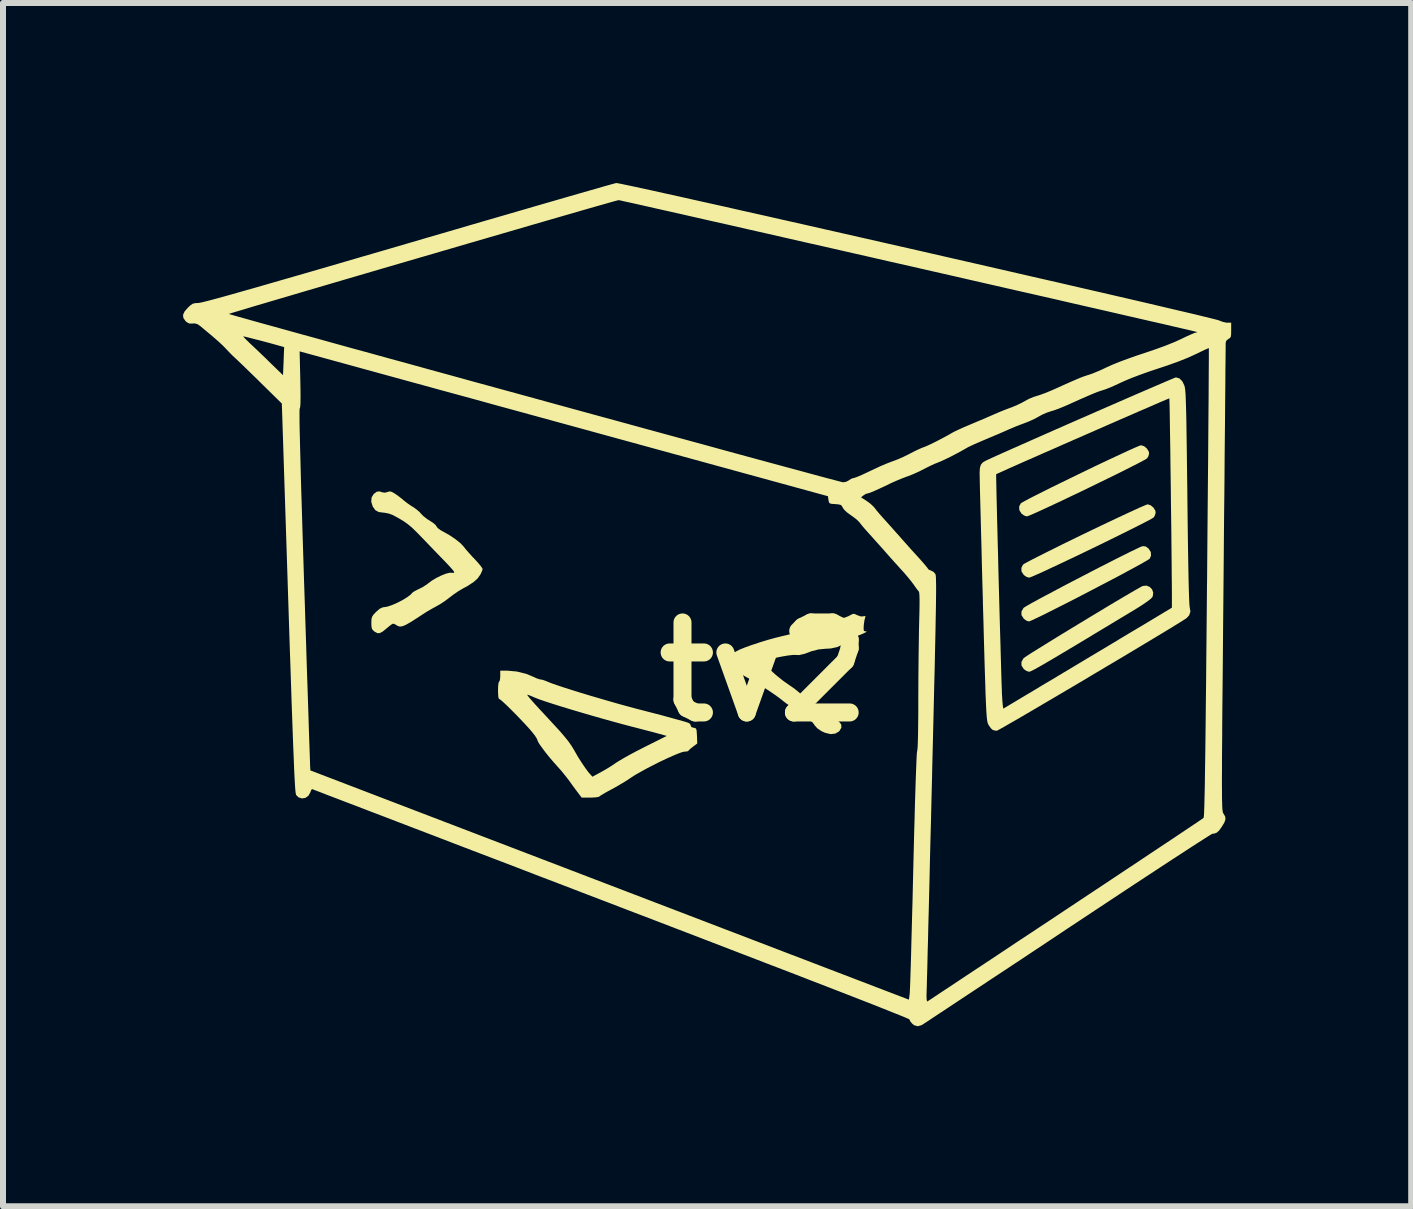
<source format=kicad_pcb>
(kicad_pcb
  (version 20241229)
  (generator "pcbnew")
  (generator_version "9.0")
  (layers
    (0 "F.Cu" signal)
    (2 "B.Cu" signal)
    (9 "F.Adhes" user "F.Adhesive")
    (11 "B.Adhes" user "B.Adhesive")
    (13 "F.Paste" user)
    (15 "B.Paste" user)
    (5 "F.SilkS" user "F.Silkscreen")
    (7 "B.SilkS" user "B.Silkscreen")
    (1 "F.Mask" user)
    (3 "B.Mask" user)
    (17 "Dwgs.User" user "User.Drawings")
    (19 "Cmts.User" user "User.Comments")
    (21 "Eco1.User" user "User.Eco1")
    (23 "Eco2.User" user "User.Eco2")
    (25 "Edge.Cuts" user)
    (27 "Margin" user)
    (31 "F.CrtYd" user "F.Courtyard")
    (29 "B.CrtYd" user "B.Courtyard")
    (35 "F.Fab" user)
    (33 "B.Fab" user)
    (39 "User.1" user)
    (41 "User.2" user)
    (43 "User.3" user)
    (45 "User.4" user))
  (footprint "tv2"
    (layer "F.Cu")
    (at 9.68 8.144)
    (property "Reference" "tv2" (at 0 0 0) (layer "F.SilkS") (effects (font (size 1.5 1.5) (thickness 0.3))))
    (attr board_only exclude_from_pos_files exclude_from_bom)
    (fp_poly (pts (xy 6.335 -3.759) (xy 6.381 -3.72) (xy 6.412 -3.671) (xy 6.418 -3.641) (xy 6.407 -3.592) (xy 6.386 -3.558) (xy 6.364 -3.542) (xy 6.312 -3.514) (xy 6.235 -3.473) (xy 6.135 -3.422) (xy 6.016 -3.362) (xy 5.882 -3.295) (xy 5.737 -3.224) (xy 5.583 -3.149) (xy 5.425 -3.072) (xy 5.266 -2.995) (xy 5.11 -2.921) (xy 4.96 -2.849) (xy 4.819 -2.783) (xy 4.692 -2.724) (xy 4.582 -2.673) (xy 4.492 -2.633) (xy 4.426 -2.605) (xy 4.388 -2.591) (xy 4.381 -2.589) (xy 4.339 -2.602) (xy 4.295 -2.632) (xy 4.293 -2.634) (xy 4.256 -2.692) (xy 4.253 -2.754) (xy 4.28 -2.806) (xy 4.303 -2.821) (xy 4.355 -2.85) (xy 4.432 -2.891) (xy 4.532 -2.942) (xy 4.651 -3.002) (xy 4.785 -3.069) (xy 4.93 -3.14) (xy 5.084 -3.215) (xy 5.242 -3.292) (xy 5.401 -3.369) (xy 5.557 -3.444) (xy 5.707 -3.515) (xy 5.848 -3.581) (xy 5.975 -3.64) (xy 6.085 -3.691) (xy 6.175 -3.731) (xy 6.24 -3.759) (xy 6.278 -3.773) (xy 6.285 -3.774)) (stroke (width 0) (type solid)) (fill yes) (layer "F.SilkS"))
    (fp_poly (pts (xy 6.362 -2.088) (xy 6.408 -2.054) (xy 6.447 -1.995) (xy 6.45 -1.933) (xy 6.428 -1.884) (xy 6.407 -1.869) (xy 6.357 -1.839) (xy 6.281 -1.796) (xy 6.183 -1.742) (xy 6.066 -1.679) (xy 5.935 -1.608) (xy 5.791 -1.532) (xy 5.639 -1.453) (xy 5.483 -1.371) (xy 5.325 -1.289) (xy 5.169 -1.208) (xy 5.018 -1.131) (xy 4.877 -1.06) (xy 4.748 -0.995) (xy 4.636 -0.939) (xy 4.542 -0.894) (xy 4.472 -0.861) (xy 4.428 -0.842) (xy 4.415 -0.839) (xy 4.375 -0.851) (xy 4.332 -0.881) (xy 4.33 -0.884) (xy 4.292 -0.942) (xy 4.291 -1.003) (xy 4.325 -1.062) (xy 4.326 -1.064) (xy 4.35 -1.08) (xy 4.402 -1.111) (xy 4.48 -1.155) (xy 4.581 -1.21) (xy 4.699 -1.273) (xy 4.833 -1.344) (xy 4.977 -1.421) (xy 5.13 -1.501) (xy 5.287 -1.582) (xy 5.444 -1.664) (xy 5.599 -1.744) (xy 5.747 -1.819) (xy 5.886 -1.89) (xy 6.011 -1.952) (xy 6.119 -2.006) (xy 6.207 -2.048) (xy 6.27 -2.078) (xy 6.307 -2.092) (xy 6.311 -2.093)) (stroke (width 0) (type solid)) (fill yes) (layer "F.SilkS"))
    (fp_poly (pts (xy 6.444 -2.774) (xy 6.49 -2.736) (xy 6.521 -2.687) (xy 6.528 -2.656) (xy 6.516 -2.608) (xy 6.496 -2.573) (xy 6.474 -2.558) (xy 6.422 -2.529) (xy 6.344 -2.488) (xy 6.244 -2.437) (xy 6.125 -2.377) (xy 5.99 -2.31) (xy 5.843 -2.237) (xy 5.688 -2.161) (xy 5.528 -2.083) (xy 5.366 -2.005) (xy 5.206 -1.928) (xy 5.052 -1.855) (xy 4.906 -1.786) (xy 4.773 -1.724) (xy 4.656 -1.669) (xy 4.558 -1.625) (xy 4.483 -1.592) (xy 4.435 -1.573) (xy 4.418 -1.568) (xy 4.375 -1.581) (xy 4.332 -1.611) (xy 4.33 -1.613) (xy 4.292 -1.671) (xy 4.29 -1.732) (xy 4.317 -1.785) (xy 4.339 -1.8) (xy 4.391 -1.829) (xy 4.469 -1.87) (xy 4.569 -1.921) (xy 4.688 -1.981) (xy 4.823 -2.048) (xy 4.969 -2.121) (xy 5.125 -2.197) (xy 5.285 -2.275) (xy 5.447 -2.353) (xy 5.607 -2.43) (xy 5.761 -2.503) (xy 5.907 -2.572) (xy 6.04 -2.634) (xy 6.157 -2.688) (xy 6.255 -2.733) (xy 6.329 -2.765) (xy 6.378 -2.785) (xy 6.395 -2.79)) (stroke (width 0) (type solid)) (fill yes) (layer "F.SilkS"))
    (fp_poly (pts (xy 6.428 -1.414) (xy 6.468 -1.373) (xy 6.487 -1.318) (xy 6.479 -1.258) (xy 6.472 -1.244) (xy 6.446 -1.216) (xy 6.391 -1.173) (xy 6.314 -1.12) (xy 6.218 -1.059) (xy 6.2 -1.048) (xy 5.923 -0.881) (xy 5.676 -0.732) (xy 5.457 -0.6) (xy 5.265 -0.484) (xy 5.097 -0.384) (xy 4.952 -0.297) (xy 4.829 -0.224) (xy 4.725 -0.163) (xy 4.639 -0.113) (xy 4.57 -0.074) (xy 4.517 -0.044) (xy 4.476 -0.023) (xy 4.447 -0.009) (xy 4.428 -0.002) (xy 4.419 -0.000001) (xy 4.376 -0.013) (xy 4.332 -0.043) (xy 4.33 -0.045) (xy 4.292 -0.103) (xy 4.291 -0.164) (xy 4.325 -0.224) (xy 4.326 -0.225) (xy 4.348 -0.241) (xy 4.398 -0.275) (xy 4.473 -0.323) (xy 4.569 -0.383) (xy 4.684 -0.454) (xy 4.813 -0.534) (xy 4.953 -0.62) (xy 5.101 -0.71) (xy 5.254 -0.803) (xy 5.409 -0.897) (xy 5.562 -0.989) (xy 5.709 -1.078) (xy 5.848 -1.161) (xy 5.975 -1.236) (xy 6.087 -1.302) (xy 6.18 -1.356) (xy 6.251 -1.397) (xy 6.297 -1.422) (xy 6.312 -1.429) (xy 6.373 -1.436)) (stroke (width 0) (type solid)) (fill yes) (layer "F.SilkS"))
    (fp_poly (pts (xy 1.529 -0.956) (xy 1.551 -0.944) (xy 1.617 -0.921) (xy 1.655 -0.924) (xy 1.687 -0.929) (xy 1.692 -0.917) (xy 1.686 -0.901) (xy 1.676 -0.863) (xy 1.667 -0.805) (xy 1.663 -0.77) (xy 1.661 -0.714) (xy 1.665 -0.685) (xy 1.68 -0.675) (xy 1.69 -0.674) (xy 1.712 -0.672) (xy 1.704 -0.663) (xy 1.688 -0.653) (xy 1.637 -0.629) (xy 1.572 -0.603) (xy 1.505 -0.581) (xy 1.45 -0.568) (xy 1.429 -0.565) (xy 1.388 -0.547) (xy 1.352 -0.503) (xy 1.301 -0.449) (xy 1.22 -0.411) (xy 1.114 -0.388) (xy 1.022 -0.383) (xy 0.909 -0.372) (xy 0.786 -0.34) (xy 0.684 -0.301) (xy 0.588 -0.278) (xy 0.538 -0.28) (xy 0.48 -0.28) (xy 0.394 -0.27) (xy 0.286 -0.251) (xy 0.255 -0.245) (xy 0.168 -0.226) (xy 0.089 -0.209) (xy 0.028 -0.196) (xy -0.003 -0.189) (xy -0.023 -0.183) (xy -0.031 -0.174) (xy -0.022 -0.156) (xy 0.007 -0.124) (xy 0.059 -0.075) (xy 0.079 -0.055) (xy 0.202 0.056) (xy 0.319 0.15) (xy 0.443 0.237) (xy 0.455 0.244) (xy 0.516 0.288) (xy 0.583 0.342) (xy 0.619 0.374) (xy 0.671 0.417) (xy 0.742 0.472) (xy 0.821 0.529) (xy 0.867 0.56) (xy 0.937 0.608) (xy 0.997 0.652) (xy 1.04 0.686) (xy 1.057 0.701) (xy 1.088 0.727) (xy 1.138 0.759) (xy 1.17 0.776) (xy 1.246 0.826) (xy 1.287 0.877) (xy 1.291 0.93) (xy 1.259 0.985) (xy 1.25 0.995) (xy 1.188 1.031) (xy 1.11 1.039) (xy 1.019 1.017) (xy 0.957 0.989) (xy 0.889 0.942) (xy 0.844 0.892) (xy 0.839 0.882) (xy 0.81 0.844) (xy 0.752 0.794) (xy 0.665 0.73) (xy 0.599 0.685) (xy 0.514 0.628) (xy 0.433 0.571) (xy 0.365 0.522) (xy 0.318 0.486) (xy 0.313 0.481) (xy 0.246 0.429) (xy 0.156 0.365) (xy 0.051 0.295) (xy -0.06 0.224) (xy -0.169 0.159) (xy -0.267 0.103) (xy -0.292 0.09) (xy -0.386 0.036) (xy -0.47 -0.023) (xy -0.537 -0.081) (xy -0.583 -0.133) (xy -0.602 -0.176) (xy -0.602 -0.18) (xy -0.585 -0.231) (xy -0.538 -0.286) (xy -0.466 -0.338) (xy -0.408 -0.368) (xy -0.319 -0.404) (xy -0.205 -0.445) (xy -0.075 -0.488) (xy 0.06 -0.53) (xy 0.192 -0.566) (xy 0.309 -0.595) (xy 0.332 -0.6) (xy 0.419 -0.621) (xy 0.501 -0.643) (xy 0.566 -0.664) (xy 0.587 -0.673) (xy 0.641 -0.694) (xy 0.718 -0.722) (xy 0.81 -0.753) (xy 0.911 -0.785) (xy 1.013 -0.817) (xy 1.11 -0.846) (xy 1.195 -0.869) (xy 1.26 -0.886) (xy 1.299 -0.893) (xy 1.302 -0.893) (xy 1.349 -0.903) (xy 1.405 -0.925) (xy 1.423 -0.934) (xy 1.469 -0.959) (xy 1.499 -0.966)) (stroke (width 0) (type solid)) (fill yes) (layer "F.SilkS"))
    (fp_poly (pts (xy -6.365 -2.991) (xy -6.314 -2.984) (xy -6.276 -2.995) (xy -6.239 -3.005) (xy -6.207 -3) (xy -6.165 -2.978) (xy -6.142 -2.963) (xy -6.079 -2.918) (xy -6.017 -2.869) (xy -5.999 -2.853) (xy -5.943 -2.809) (xy -5.876 -2.763) (xy -5.849 -2.747) (xy -5.789 -2.705) (xy -5.734 -2.657) (xy -5.716 -2.635) (xy -5.673 -2.592) (xy -5.613 -2.545) (xy -5.567 -2.516) (xy -5.513 -2.481) (xy -5.472 -2.446) (xy -5.457 -2.423) (xy -5.436 -2.395) (xy -5.391 -2.361) (xy -5.354 -2.34) (xy -5.243 -2.278) (xy -5.143 -2.211) (xy -5.06 -2.145) (xy -5.003 -2.085) (xy -5.002 -2.083) (xy -4.968 -2.04) (xy -4.916 -1.981) (xy -4.856 -1.914) (xy -4.819 -1.876) (xy -4.764 -1.816) (xy -4.721 -1.764) (xy -4.694 -1.726) (xy -4.688 -1.712) (xy -4.697 -1.681) (xy -4.718 -1.634) (xy -4.729 -1.614) (xy -4.772 -1.554) (xy -4.837 -1.496) (xy -4.929 -1.435) (xy -5.022 -1.384) (xy -5.093 -1.342) (xy -5.173 -1.287) (xy -5.238 -1.238) (xy -5.31 -1.183) (xy -5.392 -1.129) (xy -5.458 -1.091) (xy -5.535 -1.049) (xy -5.621 -0.999) (xy -5.683 -0.959) (xy -5.798 -0.884) (xy -5.888 -0.827) (xy -5.956 -0.788) (xy -6.008 -0.764) (xy -6.047 -0.754) (xy -6.078 -0.755) (xy -6.105 -0.765) (xy -6.115 -0.772) (xy -6.154 -0.794) (xy -6.18 -0.802) (xy -6.202 -0.791) (xy -6.242 -0.761) (xy -6.291 -0.72) (xy -6.354 -0.669) (xy -6.402 -0.644) (xy -6.444 -0.644) (xy -6.486 -0.667) (xy -6.496 -0.675) (xy -6.524 -0.701) (xy -6.537 -0.733) (xy -6.542 -0.784) (xy -6.542 -0.815) (xy -6.54 -0.876) (xy -6.529 -0.917) (xy -6.504 -0.955) (xy -6.463 -0.998) (xy -6.403 -1.05) (xy -6.354 -1.073) (xy -6.333 -1.076) (xy -6.275 -1.085) (xy -6.199 -1.111) (xy -6.113 -1.148) (xy -6.027 -1.192) (xy -5.95 -1.239) (xy -5.89 -1.283) (xy -5.861 -1.315) (xy -5.838 -1.333) (xy -5.793 -1.358) (xy -5.752 -1.378) (xy -5.685 -1.412) (xy -5.622 -1.452) (xy -5.595 -1.473) (xy -5.532 -1.52) (xy -5.456 -1.565) (xy -5.376 -1.604) (xy -5.301 -1.634) (xy -5.241 -1.649) (xy -5.212 -1.65) (xy -5.172 -1.647) (xy -5.16 -1.659) (xy -5.172 -1.679) (xy -5.205 -1.719) (xy -5.255 -1.774) (xy -5.315 -1.838) (xy -5.324 -1.847) (xy -5.397 -1.922) (xy -5.485 -2.013) (xy -5.58 -2.112) (xy -5.671 -2.207) (xy -5.702 -2.239) (xy -5.792 -2.331) (xy -5.866 -2.403) (xy -5.934 -2.459) (xy -6.002 -2.508) (xy -6.081 -2.555) (xy -6.178 -2.608) (xy -6.188 -2.613) (xy -6.254 -2.637) (xy -6.329 -2.651) (xy -6.345 -2.652) (xy -6.421 -2.662) (xy -6.475 -2.692) (xy -6.517 -2.75) (xy -6.52 -2.756) (xy -6.544 -2.834) (xy -6.537 -2.907) (xy -6.501 -2.964) (xy -6.45 -3.001) (xy -6.401 -3.005)) (stroke (width 0) (type solid)) (fill yes) (layer "F.SilkS"))
    (fp_poly (pts (xy -4.118 -0.004) (xy -3.961 0.035) (xy -3.845 0.083) (xy -3.789 0.109) (xy -3.741 0.125) (xy -3.723 0.128) (xy -3.687 0.135) (xy -3.633 0.154) (xy -3.59 0.172) (xy -3.534 0.194) (xy -3.448 0.224) (xy -3.337 0.261) (xy -3.205 0.303) (xy -3.058 0.349) (xy -2.899 0.397) (xy -2.735 0.445) (xy -2.57 0.493) (xy -2.409 0.539) (xy -2.256 0.581) (xy -2.118 0.618) (xy -2.036 0.639) (xy -1.925 0.668) (xy -1.801 0.7) (xy -1.682 0.731) (xy -1.614 0.75) (xy -1.522 0.775) (xy -1.432 0.8) (xy -1.356 0.821) (xy -1.317 0.832) (xy -1.258 0.851) (xy -1.229 0.871) (xy -1.222 0.893) (xy -1.208 0.922) (xy -1.172 0.933) (xy -1.145 0.938) (xy -1.13 0.951) (xy -1.122 0.979) (xy -1.118 1.032) (xy -1.116 1.067) (xy -1.111 1.195) (xy -1.184 1.25) (xy -1.226 1.283) (xy -1.253 1.309) (xy -1.258 1.317) (xy -1.274 1.326) (xy -1.314 1.331) (xy -1.327 1.331) (xy -1.366 1.34) (xy -1.431 1.364) (xy -1.517 1.4) (xy -1.618 1.445) (xy -1.728 1.497) (xy -1.841 1.554) (xy -1.952 1.611) (xy -2.055 1.668) (xy -2.145 1.719) (xy -2.215 1.764) (xy -2.225 1.771) (xy -2.291 1.815) (xy -2.377 1.867) (xy -2.471 1.922) (xy -2.539 1.959) (xy -2.615 2) (xy -2.68 2.037) (xy -2.725 2.065) (xy -2.745 2.08) (xy -2.745 2.08) (xy -2.767 2.088) (xy -2.816 2.094) (xy -2.882 2.097) (xy -2.897 2.097) (xy -3.038 2.097) (xy -3.101 2.013) (xy -3.144 1.956) (xy -3.197 1.883) (xy -3.248 1.812) (xy -3.249 1.811) (xy -3.307 1.736) (xy -3.375 1.652) (xy -3.44 1.579) (xy -3.441 1.578) (xy -3.508 1.503) (xy -3.577 1.422) (xy -3.641 1.342) (xy -3.697 1.267) (xy -3.741 1.205) (xy -3.768 1.159) (xy -3.774 1.14) (xy -3.786 1.112) (xy -3.815 1.066) (xy -3.858 1.011) (xy -3.869 0.997) (xy -3.924 0.934) (xy -3.991 0.861) (xy -4.065 0.783) (xy -4.141 0.704) (xy -4.216 0.629) (xy -4.284 0.562) (xy -4.342 0.508) (xy -4.384 0.471) (xy -4.407 0.456) (xy -4.408 0.456) (xy -4.42 0.444) (xy -4.428 0.405) (xy -4.428 0.388) (xy -3.943 0.388) (xy -3.933 0.403) (xy -3.91 0.432) (xy -3.872 0.476) (xy -3.817 0.538) (xy -3.743 0.619) (xy -3.648 0.721) (xy -3.531 0.848) (xy -3.491 0.891) (xy -3.393 0.998) (xy -3.317 1.087) (xy -3.256 1.163) (xy -3.206 1.235) (xy -3.162 1.307) (xy -3.154 1.322) (xy -3.097 1.421) (xy -3.035 1.518) (xy -2.976 1.605) (xy -2.925 1.674) (xy -2.903 1.699) (xy -2.858 1.749) (xy -2.719 1.674) (xy -2.634 1.626) (xy -2.543 1.57) (xy -2.465 1.517) (xy -2.462 1.515) (xy -2.409 1.482) (xy -2.331 1.436) (xy -2.234 1.382) (xy -2.124 1.323) (xy -2.01 1.265) (xy -1.981 1.25) (xy -1.619 1.069) (xy -1.772 1.027) (xy -1.845 1.007) (xy -1.942 0.982) (xy -2.054 0.953) (xy -2.167 0.923) (xy -2.208 0.913) (xy -2.359 0.873) (xy -2.523 0.828) (xy -2.696 0.78) (xy -2.871 0.73) (xy -3.045 0.679) (xy -3.214 0.629) (xy -3.372 0.581) (xy -3.515 0.536) (xy -3.638 0.496) (xy -3.738 0.462) (xy -3.808 0.435) (xy -3.827 0.427) (xy -3.882 0.403) (xy -3.925 0.387) (xy -3.942 0.383) (xy -3.943 0.388) (xy -4.428 0.388) (xy -4.431 0.336) (xy -4.431 0.31) (xy -4.429 0.238) (xy -4.423 0.187) (xy -4.414 0.165) (xy -4.413 0.164) (xy -4.402 0.148) (xy -4.396 0.106) (xy -4.394 0.073) (xy -4.394 -0.018) (xy -4.274 -0.018)) (stroke (width 0) (type solid)) (fill yes) (layer "F.SilkS"))
    (fp_poly (pts (xy 6.925 -4.888) (xy 6.974 -4.837) (xy 7.008 -4.764) (xy 7.012 -4.745) (xy 7.017 -4.719) (xy 7.021 -4.683) (xy 7.025 -4.635) (xy 7.028 -4.573) (xy 7.031 -4.495) (xy 7.034 -4.399) (xy 7.037 -4.282) (xy 7.04 -4.142) (xy 7.042 -3.978) (xy 7.045 -3.786) (xy 7.048 -3.566) (xy 7.051 -3.314) (xy 7.055 -3.029) (xy 7.056 -2.894) (xy 7.06 -2.553) (xy 7.064 -2.247) (xy 7.068 -1.978) (xy 7.072 -1.744) (xy 7.076 -1.545) (xy 7.08 -1.381) (xy 7.084 -1.252) (xy 7.088 -1.157) (xy 7.092 -1.096) (xy 7.096 -1.068) (xy 7.096 -1.067) (xy 7.107 -1.002) (xy 7.085 -0.939) (xy 7.043 -0.894) (xy 7.013 -0.874) (xy 6.955 -0.837) (xy 6.872 -0.786) (xy 6.767 -0.721) (xy 6.641 -0.645) (xy 6.498 -0.559) (xy 6.34 -0.464) (xy 6.17 -0.362) (xy 5.99 -0.254) (xy 5.803 -0.143) (xy 5.611 -0.029) (xy 5.418 0.086) (xy 5.225 0.201) (xy 5.035 0.313) (xy 4.85 0.422) (xy 4.675 0.525) (xy 4.51 0.622) (xy 4.358 0.711) (xy 4.223 0.79) (xy 4.106 0.857) (xy 4.011 0.912) (xy 3.939 0.952) (xy 3.893 0.977) (xy 3.877 0.984) (xy 3.829 0.975) (xy 3.806 0.965) (xy 3.778 0.937) (xy 3.747 0.892) (xy 3.738 0.876) (xy 3.732 0.863) (xy 3.727 0.848) (xy 3.723 0.828) (xy 3.718 0.8) (xy 3.714 0.764) (xy 3.71 0.716) (xy 3.706 0.656) (xy 3.702 0.58) (xy 3.698 0.486) (xy 3.693 0.374) (xy 3.689 0.239) (xy 3.684 0.081) (xy 3.678 -0.102) (xy 3.672 -0.314) (xy 3.665 -0.555) (xy 3.658 -0.827) (xy 3.649 -1.134) (xy 3.648 -1.207) (xy 3.64 -1.477) (xy 3.633 -1.738) (xy 3.627 -1.987) (xy 3.621 -2.223) (xy 3.615 -2.443) (xy 3.61 -2.644) (xy 3.605 -2.823) (xy 3.601 -2.979) (xy 3.598 -3.109) (xy 3.596 -3.21) (xy 3.595 -3.273) (xy 3.87 -3.273) (xy 3.87 -3.221) (xy 3.872 -3.139) (xy 3.874 -3.029) (xy 3.877 -2.894) (xy 3.881 -2.738) (xy 3.885 -2.563) (xy 3.89 -2.373) (xy 3.895 -2.169) (xy 3.901 -1.956) (xy 3.906 -1.736) (xy 3.912 -1.511) (xy 3.918 -1.286) (xy 3.924 -1.063) (xy 3.93 -0.845) (xy 3.936 -0.635) (xy 3.942 -0.436) (xy 3.947 -0.25) (xy 3.952 -0.081) (xy 3.956 0.068) (xy 3.96 0.194) (xy 3.964 0.295) (xy 3.966 0.367) (xy 3.968 0.397) (xy 3.973 0.481) (xy 3.979 0.55) (xy 3.985 0.596) (xy 3.99 0.614) (xy 3.991 0.614) (xy 4.008 0.603) (xy 4.054 0.576) (xy 4.127 0.532) (xy 4.224 0.474) (xy 4.344 0.402) (xy 4.484 0.319) (xy 4.641 0.224) (xy 4.815 0.121) (xy 5.001 0.009) (xy 5.199 -0.109) (xy 5.397 -0.228) (xy 5.603 -0.351) (xy 5.8 -0.469) (xy 5.986 -0.581) (xy 6.158 -0.684) (xy 6.315 -0.777) (xy 6.453 -0.86) (xy 6.571 -0.931) (xy 6.667 -0.989) (xy 6.738 -1.031) (xy 6.782 -1.058) (xy 6.797 -1.067) (xy 6.798 -1.086) (xy 6.798 -1.137) (xy 6.798 -1.22) (xy 6.798 -1.329) (xy 6.797 -1.463) (xy 6.795 -1.618) (xy 6.794 -1.791) (xy 6.792 -1.98) (xy 6.79 -2.18) (xy 6.788 -2.389) (xy 6.785 -2.605) (xy 6.782 -2.823) (xy 6.78 -3.041) (xy 6.777 -3.256) (xy 6.774 -3.464) (xy 6.772 -3.663) (xy 6.769 -3.85) (xy 6.766 -4.022) (xy 6.764 -4.175) (xy 6.762 -4.306) (xy 6.76 -4.413) (xy 6.758 -4.492) (xy 6.756 -4.541) (xy 6.755 -4.556) (xy 6.738 -4.549) (xy 6.691 -4.53) (xy 6.616 -4.498) (xy 6.517 -4.455) (xy 6.396 -4.402) (xy 6.256 -4.342) (xy 6.101 -4.274) (xy 5.932 -4.201) (xy 5.754 -4.123) (xy 5.569 -4.042) (xy 5.38 -3.959) (xy 5.19 -3.876) (xy 5.002 -3.794) (xy 4.819 -3.713) (xy 4.643 -3.636) (xy 4.478 -3.563) (xy 4.327 -3.497) (xy 4.192 -3.437) (xy 4.077 -3.386) (xy 3.985 -3.344) (xy 3.918 -3.314) (xy 3.879 -3.296) (xy 3.87 -3.292) (xy 3.87 -3.273) (xy 3.595 -3.273) (xy 3.595 -3.28) (xy 3.594 -3.316) (xy 3.594 -3.319) (xy 3.599 -3.397) (xy 3.615 -3.45) (xy 3.646 -3.487) (xy 3.688 -3.513) (xy 3.726 -3.531) (xy 3.793 -3.562) (xy 3.885 -3.604) (xy 4.001 -3.656) (xy 4.138 -3.717) (xy 4.292 -3.785) (xy 4.461 -3.86) (xy 4.642 -3.94) (xy 4.832 -4.024) (xy 5.028 -4.11) (xy 5.228 -4.198) (xy 5.428 -4.285) (xy 5.626 -4.372) (xy 5.819 -4.456) (xy 6.005 -4.537) (xy 6.179 -4.613) (xy 6.341 -4.683) (xy 6.485 -4.745) (xy 6.611 -4.799) (xy 6.715 -4.844) (xy 6.794 -4.877) (xy 6.845 -4.898) (xy 6.866 -4.905) (xy 6.866 -4.905)) (stroke (width 0) (type solid)) (fill yes) (layer "F.SilkS"))
    (fp_poly (pts (xy -2.438 -8.141) (xy -2.38 -8.13) (xy -2.291 -8.111) (xy -2.171 -8.086) (xy -2.023 -8.054) (xy -1.848 -8.016) (xy -1.647 -7.971) (xy -1.424 -7.922) (xy -1.179 -7.867) (xy -0.914 -7.808) (xy -0.631 -7.745) (xy -0.332 -7.677) (xy -0.018 -7.607) (xy 0.308 -7.533) (xy 0.646 -7.457) (xy 0.993 -7.378) (xy 1.347 -7.298) (xy 1.708 -7.216) (xy 2.072 -7.133) (xy 2.439 -7.05) (xy 2.806 -6.966) (xy 3.172 -6.882) (xy 3.536 -6.799) (xy 3.894 -6.717) (xy 4.246 -6.636) (xy 4.59 -6.557) (xy 4.924 -6.481) (xy 5.247 -6.406) (xy 5.556 -6.335) (xy 5.85 -6.267) (xy 6.127 -6.203) (xy 6.385 -6.143) (xy 6.623 -6.087) (xy 6.839 -6.036) (xy 7.031 -5.991) (xy 7.197 -5.952) (xy 7.336 -5.918) (xy 7.446 -5.891) (xy 7.525 -5.871) (xy 7.571 -5.859) (xy 7.582 -5.855) (xy 7.644 -5.831) (xy 7.707 -5.817) (xy 7.721 -5.817) (xy 7.786 -5.817) (xy 7.786 -5.692) (xy 7.785 -5.625) (xy 7.78 -5.585) (xy 7.767 -5.563) (xy 7.745 -5.548) (xy 7.74 -5.546) (xy 7.703 -5.515) (xy 7.694 -5.475) (xy 7.694 -5.452) (xy 7.694 -5.395) (xy 7.693 -5.304) (xy 7.692 -5.182) (xy 7.69 -5.03) (xy 7.689 -4.851) (xy 7.687 -4.645) (xy 7.685 -4.414) (xy 7.683 -4.161) (xy 7.68 -3.887) (xy 7.677 -3.593) (xy 7.675 -3.281) (xy 7.672 -2.954) (xy 7.668 -2.612) (xy 7.665 -2.257) (xy 7.662 -1.892) (xy 7.659 -1.552) (xy 7.655 -1.11) (xy 7.651 -0.702) (xy 7.648 -0.329) (xy 7.645 0.013) (xy 7.642 0.324) (xy 7.639 0.606) (xy 7.637 0.86) (xy 7.636 1.088) (xy 7.634 1.291) (xy 7.633 1.471) (xy 7.633 1.629) (xy 7.632 1.767) (xy 7.632 1.886) (xy 7.633 1.987) (xy 7.633 2.072) (xy 7.634 2.143) (xy 7.636 2.201) (xy 7.637 2.247) (xy 7.639 2.282) (xy 7.642 2.31) (xy 7.645 2.329) (xy 7.648 2.344) (xy 7.651 2.353) (xy 7.655 2.36) (xy 7.659 2.366) (xy 7.659 2.366) (xy 7.686 2.412) (xy 7.691 2.457) (xy 7.673 2.511) (xy 7.631 2.581) (xy 7.586 2.644) (xy 7.547 2.68) (xy 7.507 2.696) (xy 7.475 2.699) (xy 7.456 2.709) (xy 7.408 2.738) (xy 7.334 2.785) (xy 7.234 2.849) (xy 7.11 2.929) (xy 6.964 3.024) (xy 6.798 3.132) (xy 6.613 3.253) (xy 6.411 3.386) (xy 6.193 3.529) (xy 5.961 3.682) (xy 5.718 3.843) (xy 5.464 4.011) (xy 5.2 4.186) (xy 5.053 4.283) (xy 4.786 4.461) (xy 4.527 4.633) (xy 4.277 4.799) (xy 4.038 4.957) (xy 3.812 5.106) (xy 3.601 5.246) (xy 3.406 5.375) (xy 3.229 5.492) (xy 3.072 5.596) (xy 2.936 5.686) (xy 2.822 5.761) (xy 2.734 5.82) (xy 2.671 5.861) (xy 2.636 5.884) (xy 2.629 5.888) (xy 2.564 5.907) (xy 2.503 5.89) (xy 2.47 5.863) (xy 2.439 5.826) (xy 2.425 5.795) (xy 2.425 5.793) (xy 2.408 5.784) (xy 2.357 5.762) (xy 2.272 5.727) (xy 2.154 5.68) (xy 2.002 5.619) (xy 1.818 5.546) (xy 1.6 5.461) (xy 1.349 5.363) (xy 1.065 5.253) (xy 0.749 5.131) (xy 0.401 4.996) (xy 0.02 4.85) (xy -0.393 4.691) (xy -0.837 4.52) (xy -1.313 4.337) (xy -1.821 4.142) (xy -2.36 3.936) (xy -2.546 3.864) (xy -2.955 3.708) (xy -3.355 3.554) (xy -3.746 3.405) (xy -4.124 3.259) (xy -4.49 3.119) (xy -4.842 2.985) (xy -5.178 2.856) (xy -5.498 2.733) (xy -5.799 2.618) (xy -6.081 2.51) (xy -6.341 2.41) (xy -6.58 2.319) (xy -6.795 2.236) (xy -6.985 2.164) (xy -7.149 2.101) (xy -7.286 2.049) (xy -7.393 2.007) (xy -7.47 1.978) (xy -7.516 1.96) (xy -7.529 1.955) (xy -7.542 1.967) (xy -7.557 2.003) (xy -7.559 2.01) (xy -7.591 2.067) (xy -7.641 2.102) (xy -7.699 2.111) (xy -7.755 2.093) (xy -7.795 2.054) (xy -7.798 2.045) (xy -7.802 2.026) (xy -7.806 1.996) (xy -7.81 1.954) (xy -7.814 1.898) (xy -7.818 1.827) (xy -7.823 1.739) (xy -7.828 1.633) (xy -7.833 1.507) (xy -7.839 1.36) (xy -7.846 1.19) (xy -7.853 0.995) (xy -7.861 0.775) (xy -7.87 0.528) (xy -7.879 0.252) (xy -7.889 -0.054) (xy -7.901 -0.392) (xy -7.913 -0.763) (xy -7.926 -1.169) (xy -7.928 -1.229) (xy -8.027 -4.269) (xy -7.739 -4.269) (xy -7.739 -4.175) (xy -7.737 -4.052) (xy -7.733 -3.899) (xy -7.729 -3.717) (xy -7.723 -3.504) (xy -7.717 -3.259) (xy -7.709 -2.982) (xy -7.699 -2.671) (xy -7.689 -2.327) (xy -7.677 -1.948) (xy -7.664 -1.533) (xy -7.661 -1.44) (xy -7.65 -1.114) (xy -7.64 -0.797) (xy -7.63 -0.492) (xy -7.621 -0.2) (xy -7.612 0.077) (xy -7.603 0.337) (xy -7.595 0.578) (xy -7.588 0.797) (xy -7.582 0.993) (xy -7.576 1.165) (xy -7.571 1.309) (xy -7.567 1.424) (xy -7.564 1.508) (xy -7.563 1.559) (xy -7.562 1.574) (xy -7.558 1.644) (xy -2.571 3.554) (xy 2.416 5.464) (xy 2.429 5.362) (xy 2.431 5.33) (xy 2.434 5.265) (xy 2.438 5.168) (xy 2.442 5.041) (xy 2.447 4.889) (xy 2.452 4.713) (xy 2.457 4.515) (xy 2.463 4.298) (xy 2.469 4.066) (xy 2.476 3.819) (xy 2.482 3.561) (xy 2.488 3.301) (xy 2.496 2.985) (xy 2.503 2.693) (xy 2.511 2.425) (xy 2.517 2.183) (xy 2.524 1.968) (xy 2.53 1.782) (xy 2.536 1.626) (xy 2.541 1.5) (xy 2.545 1.407) (xy 2.549 1.348) (xy 2.553 1.324) (xy 2.553 1.324) (xy 2.557 1.301) (xy 2.562 1.243) (xy 2.565 1.152) (xy 2.568 1.029) (xy 2.57 0.877) (xy 2.572 0.695) (xy 2.572 0.487) (xy 2.572 0.475) (xy 2.573 0.281) (xy 2.574 0.08) (xy 2.576 -0.123) (xy 2.578 -0.32) (xy 2.581 -0.503) (xy 2.583 -0.666) (xy 2.586 -0.802) (xy 2.587 -0.839) (xy 2.591 -0.995) (xy 2.593 -1.118) (xy 2.593 -1.211) (xy 2.591 -1.276) (xy 2.587 -1.318) (xy 2.581 -1.338) (xy 2.579 -1.34) (xy 2.558 -1.365) (xy 2.525 -1.409) (xy 2.497 -1.45) (xy 2.456 -1.505) (xy 2.399 -1.575) (xy 2.338 -1.647) (xy 2.317 -1.67) (xy 2.258 -1.735) (xy 2.184 -1.817) (xy 2.104 -1.906) (xy 2.029 -1.991) (xy 2.024 -1.997) (xy 1.95 -2.081) (xy 1.872 -2.167) (xy 1.801 -2.247) (xy 1.744 -2.31) (xy 1.74 -2.314) (xy 1.686 -2.375) (xy 1.638 -2.431) (xy 1.604 -2.474) (xy 1.597 -2.484) (xy 1.566 -2.517) (xy 1.515 -2.561) (xy 1.454 -2.605) (xy 1.45 -2.607) (xy 1.38 -2.659) (xy 1.331 -2.707) (xy 1.313 -2.735) (xy 1.297 -2.766) (xy 1.274 -2.782) (xy 1.234 -2.79) (xy 1.188 -2.794) (xy 1.129 -2.798) (xy 1.098 -2.806) (xy 1.083 -2.824) (xy 1.076 -2.858) (xy 1.076 -2.862) (xy 1.069 -2.906) (xy 1.618 -2.906) (xy 1.712 -2.846) (xy 1.771 -2.803) (xy 1.822 -2.756) (xy 1.846 -2.729) (xy 1.877 -2.688) (xy 1.924 -2.632) (xy 1.979 -2.57) (xy 1.996 -2.551) (xy 2.051 -2.49) (xy 2.121 -2.412) (xy 2.198 -2.325) (xy 2.273 -2.241) (xy 2.279 -2.234) (xy 2.358 -2.145) (xy 2.443 -2.049) (xy 2.526 -1.958) (xy 2.594 -1.883) (xy 2.65 -1.82) (xy 2.695 -1.767) (xy 2.725 -1.73) (xy 2.735 -1.714) (xy 2.751 -1.699) (xy 2.78 -1.688) (xy 2.825 -1.665) (xy 2.854 -1.633) (xy 2.858 -1.626) (xy 2.861 -1.613) (xy 2.864 -1.594) (xy 2.866 -1.567) (xy 2.867 -1.531) (xy 2.868 -1.483) (xy 2.869 -1.423) (xy 2.869 -1.348) (xy 2.868 -1.258) (xy 2.867 -1.15) (xy 2.865 -1.023) (xy 2.862 -0.876) (xy 2.859 -0.707) (xy 2.855 -0.515) (xy 2.85 -0.297) (xy 2.845 -0.053) (xy 2.838 0.219) (xy 2.831 0.521) (xy 2.823 0.854) (xy 2.814 1.221) (xy 2.804 1.621) (xy 2.801 1.772) (xy 2.792 2.122) (xy 2.784 2.464) (xy 2.775 2.796) (xy 2.767 3.117) (xy 2.76 3.423) (xy 2.753 3.713) (xy 2.746 3.986) (xy 2.739 4.239) (xy 2.734 4.471) (xy 2.728 4.679) (xy 2.724 4.861) (xy 2.72 5.016) (xy 2.716 5.142) (xy 2.714 5.236) (xy 2.712 5.297) (xy 2.711 5.319) (xy 2.709 5.41) (xy 2.712 5.467) (xy 2.718 5.492) (xy 2.724 5.493) (xy 2.742 5.482) (xy 2.788 5.452) (xy 2.861 5.403) (xy 2.959 5.338) (xy 3.081 5.258) (xy 3.225 5.162) (xy 3.389 5.053) (xy 3.572 4.932) (xy 3.772 4.8) (xy 3.987 4.657) (xy 4.215 4.505) (xy 4.456 4.346) (xy 4.707 4.18) (xy 4.966 4.008) (xy 5.023 3.97) (xy 5.285 3.796) (xy 5.538 3.628) (xy 5.781 3.467) (xy 6.012 3.313) (xy 6.231 3.168) (xy 6.434 3.032) (xy 6.621 2.908) (xy 6.79 2.796) (xy 6.939 2.696) (xy 7.066 2.611) (xy 7.169 2.542) (xy 7.248 2.489) (xy 7.3 2.454) (xy 7.324 2.437) (xy 7.325 2.436) (xy 7.328 2.427) (xy 7.331 2.402) (xy 7.334 2.361) (xy 7.336 2.303) (xy 7.339 2.226) (xy 7.341 2.13) (xy 7.344 2.013) (xy 7.347 1.873) (xy 7.349 1.711) (xy 7.352 1.523) (xy 7.355 1.311) (xy 7.358 1.071) (xy 7.361 0.803) (xy 7.364 0.506) (xy 7.368 0.179) (xy 7.371 -0.18) (xy 7.375 -0.572) (xy 7.379 -0.998) (xy 7.383 -1.459) (xy 7.384 -1.486) (xy 7.387 -1.861) (xy 7.39 -2.226) (xy 7.393 -2.579) (xy 7.396 -2.919) (xy 7.399 -3.245) (xy 7.402 -3.554) (xy 7.404 -3.845) (xy 7.406 -4.116) (xy 7.408 -4.366) (xy 7.41 -4.593) (xy 7.411 -4.795) (xy 7.412 -4.97) (xy 7.413 -5.118) (xy 7.414 -5.235) (xy 7.414 -5.321) (xy 7.414 -5.374) (xy 7.414 -5.393) (xy 7.397 -5.387) (xy 7.353 -5.368) (xy 7.289 -5.338) (xy 7.211 -5.3) (xy 7.19 -5.29) (xy 7.065 -5.233) (xy 6.909 -5.171) (xy 6.729 -5.106) (xy 6.563 -5.051) (xy 6.41 -5) (xy 6.263 -4.947) (xy 6.13 -4.897) (xy 6.018 -4.85) (xy 5.953 -4.821) (xy 5.864 -4.779) (xy 5.776 -4.74) (xy 5.7 -4.71) (xy 5.653 -4.694) (xy 5.61 -4.681) (xy 5.564 -4.665) (xy 5.51 -4.644) (xy 5.443 -4.616) (xy 5.358 -4.579) (xy 5.25 -4.532) (xy 5.115 -4.471) (xy 5.087 -4.458) (xy 4.997 -4.419) (xy 4.909 -4.383) (xy 4.833 -4.356) (xy 4.783 -4.341) (xy 4.714 -4.318) (xy 4.636 -4.284) (xy 4.582 -4.254) (xy 4.504 -4.212) (xy 4.415 -4.171) (xy 4.358 -4.149) (xy 4.284 -4.121) (xy 4.193 -4.086) (xy 4.104 -4.048) (xy 4.084 -4.04) (xy 4.001 -4.003) (xy 3.916 -3.966) (xy 3.844 -3.936) (xy 3.829 -3.929) (xy 3.695 -3.873) (xy 3.59 -3.828) (xy 3.509 -3.793) (xy 3.449 -3.765) (xy 3.403 -3.743) (xy 3.369 -3.724) (xy 3.359 -3.718) (xy 3.289 -3.678) (xy 3.205 -3.633) (xy 3.115 -3.586) (xy 3.027 -3.543) (xy 2.951 -3.508) (xy 2.896 -3.485) (xy 2.888 -3.482) (xy 2.839 -3.463) (xy 2.771 -3.431) (xy 2.695 -3.393) (xy 2.67 -3.38) (xy 2.583 -3.336) (xy 2.487 -3.293) (xy 2.401 -3.259) (xy 2.388 -3.255) (xy 2.309 -3.225) (xy 2.214 -3.186) (xy 2.119 -3.144) (xy 2.089 -3.129) (xy 1.963 -3.069) (xy 1.867 -3.025) (xy 1.797 -2.995) (xy 1.751 -2.977) (xy 1.725 -2.972) (xy 1.693 -2.961) (xy 1.659 -2.939) (xy 1.618 -2.906) (xy 1.069 -2.906) (xy 1.067 -2.925) (xy -2.343 -3.86) (xy -2.704 -3.959) (xy -3.064 -4.058) (xy -3.422 -4.156) (xy -3.776 -4.253) (xy -4.123 -4.348) (xy -4.46 -4.44) (xy -4.785 -4.53) (xy -5.096 -4.615) (xy -5.391 -4.695) (xy -5.666 -4.771) (xy -5.919 -4.84) (xy -6.149 -4.903) (xy -6.352 -4.959) (xy -6.527 -5.007) (xy -6.67 -5.046) (xy -6.745 -5.067) (xy -7.737 -5.339) (xy -7.726 -4.868) (xy -7.723 -4.708) (xy -7.722 -4.582) (xy -7.723 -4.49) (xy -7.726 -4.428) (xy -7.731 -4.396) (xy -7.735 -4.39) (xy -7.738 -4.376) (xy -7.739 -4.336) (xy -7.739 -4.269) (xy -8.027 -4.269) (xy -8.034 -4.47) (xy -8.371 -4.801) (xy -8.467 -4.896) (xy -8.561 -4.987) (xy -8.646 -5.07) (xy -8.718 -5.139) (xy -8.772 -5.191) (xy -8.798 -5.215) (xy -8.861 -5.274) (xy -8.925 -5.34) (xy -8.962 -5.379) (xy -9.011 -5.43) (xy -9.078 -5.493) (xy -9.168 -5.572) (xy -9.188 -5.589) (xy -8.676 -5.589) (xy -8.667 -5.575) (xy -8.636 -5.542) (xy -8.591 -5.498) (xy -8.578 -5.485) (xy -8.529 -5.439) (xy -8.46 -5.374) (xy -8.38 -5.297) (xy -8.295 -5.216) (xy -8.244 -5.165) (xy -8.014 -4.942) (xy -8.004 -5.174) (xy -8.001 -5.262) (xy -7.998 -5.335) (xy -7.996 -5.386) (xy -7.995 -5.408) (xy -7.995 -5.409) (xy -8.012 -5.415) (xy -8.058 -5.428) (xy -8.126 -5.447) (xy -8.209 -5.47) (xy -8.302 -5.495) (xy -8.396 -5.52) (xy -8.487 -5.543) (xy -8.567 -5.564) (xy -8.629 -5.579) (xy -8.667 -5.588) (xy -8.676 -5.589) (xy -9.188 -5.589) (xy -9.282 -5.668) (xy -9.391 -5.759) (xy -9.44 -5.793) (xy -9.486 -5.805) (xy -9.522 -5.803) (xy -9.576 -5.803) (xy -9.617 -5.825) (xy -9.636 -5.841) (xy -9.674 -5.894) (xy -9.68 -5.946) (xy -9.673 -5.963) (xy -8.916 -5.963) (xy -8.899 -5.957) (xy -8.848 -5.942) (xy -8.765 -5.918) (xy -8.653 -5.887) (xy -8.511 -5.847) (xy -8.343 -5.8) (xy -8.15 -5.747) (xy -7.934 -5.687) (xy -7.696 -5.621) (xy -7.437 -5.55) (xy -7.161 -5.473) (xy -6.868 -5.392) (xy -6.56 -5.308) (xy -6.238 -5.219) (xy -5.905 -5.128) (xy -5.562 -5.033) (xy -5.211 -4.937) (xy -4.853 -4.838) (xy -4.491 -4.739) (xy -4.125 -4.639) (xy -3.757 -4.538) (xy -3.39 -4.437) (xy -3.025 -4.337) (xy -2.663 -4.238) (xy -2.307 -4.141) (xy -1.958 -4.045) (xy -1.617 -3.952) (xy -1.286 -3.862) (xy -0.967 -3.775) (xy -0.662 -3.691) (xy -0.373 -3.612) (xy -0.1 -3.538) (xy 0.154 -3.469) (xy 0.387 -3.406) (xy 0.599 -3.349) (xy 0.786 -3.298) (xy 0.948 -3.254) (xy 1.083 -3.218) (xy 1.19 -3.19) (xy 1.265 -3.17) (xy 1.309 -3.159) (xy 1.319 -3.157) (xy 1.371 -3.166) (xy 1.417 -3.191) (xy 1.457 -3.217) (xy 1.488 -3.227) (xy 1.488 -3.227) (xy 1.515 -3.233) (xy 1.562 -3.251) (xy 1.633 -3.281) (xy 1.731 -3.327) (xy 1.852 -3.384) (xy 1.942 -3.426) (xy 2.039 -3.467) (xy 2.125 -3.501) (xy 2.151 -3.51) (xy 2.233 -3.541) (xy 2.328 -3.583) (xy 2.418 -3.627) (xy 2.433 -3.635) (xy 2.508 -3.674) (xy 2.58 -3.708) (xy 2.637 -3.733) (xy 2.651 -3.738) (xy 2.701 -3.757) (xy 2.773 -3.79) (xy 2.859 -3.832) (xy 2.95 -3.879) (xy 3.036 -3.925) (xy 3.109 -3.966) (xy 3.121 -3.973) (xy 3.153 -3.991) (xy 3.194 -4.012) (xy 3.248 -4.037) (xy 3.321 -4.07) (xy 3.417 -4.111) (xy 3.54 -4.163) (xy 3.592 -4.185) (xy 3.657 -4.212) (xy 3.739 -4.248) (xy 3.825 -4.285) (xy 3.847 -4.295) (xy 3.934 -4.332) (xy 4.026 -4.369) (xy 4.106 -4.399) (xy 4.121 -4.404) (xy 4.204 -4.438) (xy 4.292 -4.48) (xy 4.345 -4.509) (xy 4.417 -4.548) (xy 4.495 -4.58) (xy 4.546 -4.596) (xy 4.6 -4.613) (xy 4.677 -4.641) (xy 4.766 -4.677) (xy 4.85 -4.713) (xy 4.991 -4.777) (xy 5.103 -4.827) (xy 5.191 -4.865) (xy 5.261 -4.895) (xy 5.318 -4.917) (xy 5.365 -4.933) (xy 5.408 -4.947) (xy 5.416 -4.949) (xy 5.473 -4.969) (xy 5.551 -5.001) (xy 5.641 -5.04) (xy 5.716 -5.076) (xy 5.808 -5.117) (xy 5.926 -5.165) (xy 6.064 -5.216) (xy 6.213 -5.269) (xy 6.326 -5.306) (xy 6.521 -5.372) (xy 6.697 -5.436) (xy 6.848 -5.497) (xy 6.953 -5.545) (xy 7.036 -5.585) (xy 7.109 -5.618) (xy 7.165 -5.642) (xy 7.196 -5.652) (xy 7.199 -5.653) (xy 7.218 -5.657) (xy 7.218 -5.662) (xy 7.199 -5.666) (xy 7.147 -5.679) (xy 7.063 -5.699) (xy 6.949 -5.725) (xy 6.806 -5.758) (xy 6.636 -5.798) (xy 6.441 -5.842) (xy 6.224 -5.892) (xy 5.984 -5.947) (xy 5.725 -6.007) (xy 5.449 -6.07) (xy 5.156 -6.137) (xy 4.849 -6.208) (xy 4.529 -6.281) (xy 4.198 -6.356) (xy 3.858 -6.434) (xy 3.511 -6.513) (xy 3.159 -6.594) (xy 2.802 -6.675) (xy 2.444 -6.757) (xy 2.085 -6.838) (xy 1.728 -6.92) (xy 1.375 -7) (xy 1.026 -7.08) (xy 0.684 -7.157) (xy 0.351 -7.233) (xy 0.028 -7.307) (xy -0.283 -7.377) (xy -0.579 -7.445) (xy -0.86 -7.508) (xy -1.124 -7.568) (xy -1.369 -7.624) (xy -1.592 -7.674) (xy -1.793 -7.719) (xy -1.969 -7.759) (xy -2.119 -7.793) (xy -2.241 -7.82) (xy -2.333 -7.84) (xy -2.393 -7.854) (xy -2.421 -7.859) (xy -2.422 -7.859) (xy -2.442 -7.854) (xy -2.496 -7.84) (xy -2.58 -7.816) (xy -2.692 -7.784) (xy -2.831 -7.745) (xy -2.994 -7.698) (xy -3.18 -7.644) (xy -3.385 -7.585) (xy -3.609 -7.52) (xy -3.848 -7.451) (xy -4.101 -7.377) (xy -4.366 -7.3) (xy -4.641 -7.22) (xy -4.923 -7.138) (xy -5.21 -7.054) (xy -5.501 -6.969) (xy -5.793 -6.884) (xy -6.084 -6.799) (xy -6.372 -6.715) (xy -6.655 -6.632) (xy -6.931 -6.551) (xy -7.197 -6.473) (xy -7.452 -6.398) (xy -7.694 -6.327) (xy -7.92 -6.26) (xy -8.128 -6.199) (xy -8.317 -6.143) (xy -8.484 -6.094) (xy -8.626 -6.051) (xy -8.743 -6.016) (xy -8.831 -5.99) (xy -8.889 -5.972) (xy -8.915 -5.963) (xy -8.916 -5.963) (xy -9.673 -5.963) (xy -9.654 -6.004) (xy -9.601 -6.065) (xy -9.553 -6.11) (xy -9.515 -6.134) (xy -9.475 -6.143) (xy -9.426 -6.145) (xy -9.405 -6.148) (xy -9.366 -6.156) (xy -9.308 -6.17) (xy -9.229 -6.19) (xy -9.13 -6.217) (xy -9.008 -6.25) (xy -8.862 -6.291) (xy -8.693 -6.339) (xy -8.498 -6.394) (xy -8.276 -6.458) (xy -8.027 -6.53) (xy -7.749 -6.61) (xy -7.441 -6.699) (xy -7.102 -6.798) (xy -6.732 -6.906) (xy -6.329 -7.023) (xy -5.929 -7.14) (xy -5.585 -7.241) (xy -5.251 -7.338) (xy -4.927 -7.433) (xy -4.615 -7.524) (xy -4.318 -7.61) (xy -4.036 -7.692) (xy -3.772 -7.769) (xy -3.526 -7.84) (xy -3.302 -7.905) (xy -3.101 -7.963) (xy -2.923 -8.014) (xy -2.772 -8.057) (xy -2.649 -8.093) (xy -2.555 -8.119) (xy -2.493 -8.136) (xy -2.463 -8.144) (xy -2.462 -8.144)) (stroke (width 0) (type solid)) (fill yes) (layer "F.SilkS")))
  (gr_rect
    (start -3 -3)
    (end 20.466 17.051)
    (stroke (width 0.1) (type default))
    (fill no)
    (layer "Edge.Cuts")))
</source>
